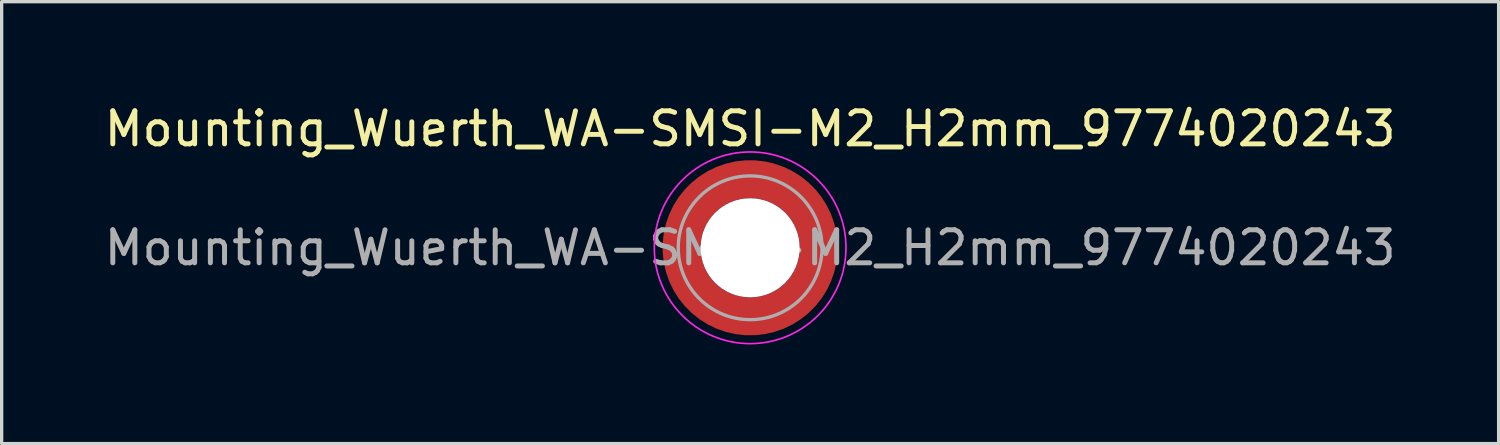
<source format=kicad_pcb>
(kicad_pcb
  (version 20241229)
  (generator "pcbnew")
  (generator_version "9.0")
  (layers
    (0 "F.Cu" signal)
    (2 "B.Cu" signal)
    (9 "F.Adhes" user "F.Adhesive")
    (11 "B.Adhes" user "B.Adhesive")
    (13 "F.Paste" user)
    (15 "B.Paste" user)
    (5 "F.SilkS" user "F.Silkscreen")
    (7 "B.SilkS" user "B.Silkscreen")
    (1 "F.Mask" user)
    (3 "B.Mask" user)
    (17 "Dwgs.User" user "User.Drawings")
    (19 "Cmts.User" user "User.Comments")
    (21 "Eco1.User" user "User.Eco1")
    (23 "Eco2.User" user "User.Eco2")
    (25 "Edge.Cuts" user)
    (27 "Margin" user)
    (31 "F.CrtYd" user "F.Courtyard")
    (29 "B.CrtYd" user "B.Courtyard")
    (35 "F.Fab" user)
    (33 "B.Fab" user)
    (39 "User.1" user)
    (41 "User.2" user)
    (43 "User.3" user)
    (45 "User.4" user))
  (footprint "Mounting_Wuerth_WA-SMSI-M2_H2mm_9774020243"
    (layer "F.Cu")
    (at 19.649 4.448)
    (property "Reference" "Mounting_Wuerth_WA-SMSI-M2_H2mm_9774020243" (at 0 -3.6 0) (layer "F.SilkS") (effects (font (size 1 1) (thickness 0.15))))
    (attr smd)
    (fp_circle (center 0 0) (end 2.9 0) (stroke (width 0.05) (type solid)) (fill no) (layer "F.CrtYd"))
    (fp_circle (center 0 0) (end 2.175 0) (stroke (width 0.1) (type solid)) (fill no) (layer "F.Fab"))
    (fp_text user "${REFERENCE}" (at 0 0 0) (layer "F.Fab") (effects (font (size 1 1) (thickness 0.15))))
    (pad "" smd custom (at -1.453 -1.453) (size 0.61 0.61) (layers "F.Paste") (options (anchor circle)) (primitives (gr_arc (start -0.147677 1.053104) (mid 0.284947 0.28781) (end 1.049177 -0.14669) (width 0.2)) (gr_arc (start -0.240295 1.053104) (mid 0.22253 0.222946) (end 1.052531 -0.24016) (width 0.2)) (gr_arc (start -0.332645 1.053104) (mid 0.157421 0.160779) (end 1.048471 -0.331601) (width 0.2)) (gr_arc (start -0.424767 1.053104) (mid 0.093677 0.097244) (end 1.048172 -0.42371) (width 0.2)) (gr_arc (start -0.516693 1.053104) (mid 0.031293 0.032346) (end 1.051645 -0.516396) (width 0.2)) (gr_arc (start -0.608448 1.053104) (mid -0.032323 -0.031316) (end 1.051706 -0.608175) (width 0.2)) (gr_arc (start -0.700056 1.053104) (mid -0.097509 -0.093407) (end 1.047401 -0.698989) (width 0.2)) (gr_arc (start -0.791534 1.053104) (mid -0.160389 -0.157809) (end 1.049512 -0.79089) (width 0.2)) (gr_arc (start -0.882896 1.053104) (mid -0.223714 -0.221763) (end 1.050385 -0.882429) (width 0.2)) (gr_arc (start -0.974157 1.053104) (mid -0.28917 -0.283581) (end 1.045307 -0.972858) (width 0.2)) (gr_line (start 1.053 -0.148) (end 1.053 -0.974) (width 0.2)) (gr_line (start -0.148 1.053) (end -0.974 1.053) (width 0.2))))
    (pad "" smd custom (at -1.453 1.453) (size 0.61 0.61) (layers "F.Paste") (options (anchor circle)) (primitives (gr_arc (start 1.053104 0.147677) (mid 0.28781 -0.284947) (end -0.14669 -1.049177) (width 0.2)) (gr_arc (start 1.053104 0.240295) (mid 0.222946 -0.22253) (end -0.24016 -1.052531) (width 0.2)) (gr_arc (start 1.053104 0.332645) (mid 0.160779 -0.157421) (end -0.331601 -1.048471) (width 0.2)) (gr_arc (start 1.053104 0.424767) (mid 0.097244 -0.093677) (end -0.42371 -1.048172) (width 0.2)) (gr_arc (start 1.053104 0.516693) (mid 0.032346 -0.031293) (end -0.516396 -1.051645) (width 0.2)) (gr_arc (start 1.053104 0.608448) (mid -0.031316 0.032323) (end -0.608175 -1.051706) (width 0.2)) (gr_arc (start 1.053104 0.700056) (mid -0.093407 0.097509) (end -0.698989 -1.047401) (width 0.2)) (gr_arc (start 1.053104 0.791534) (mid -0.157809 0.160389) (end -0.79089 -1.049512) (width 0.2)) (gr_arc (start 1.053104 0.882896) (mid -0.221762 0.223716) (end -0.882428 -1.050381) (width 0.2)) (gr_arc (start 1.053104 0.974157) (mid -0.283581 0.28917) (end -0.972858 -1.045307) (width 0.2)) (gr_line (start -0.148 -1.053) (end -0.974 -1.053) (width 0.2)) (gr_line (start 1.053 0.148) (end 1.053 0.974) (width 0.2))))
    (pad "" np_thru_hole circle (at 0 0) (size 3 3) (drill 3) (layers "*.Cu" "*.Mask"))
    (pad "" smd custom (at 1.453 -1.453) (size 0.61 0.61) (layers "F.Paste") (options (anchor circle)) (primitives (gr_arc (start -1.053104 -0.147677) (mid -0.28781 0.284947) (end 0.14669 1.049177) (width 0.2)) (gr_arc (start -1.053104 -0.240295) (mid -0.222946 0.22253) (end 0.24016 1.052531) (width 0.2)) (gr_arc (start -1.053104 -0.332645) (mid -0.160779 0.157421) (end 0.331601 1.048471) (width 0.2)) (gr_arc (start -1.053104 -0.424767) (mid -0.097244 0.093677) (end 0.42371 1.048172) (width 0.2)) (gr_arc (start -1.053104 -0.516693) (mid -0.032346 0.031293) (end 0.516396 1.051645) (width 0.2)) (gr_arc (start -1.053104 -0.608448) (mid 0.031316 -0.032323) (end 0.608175 1.051706) (width 0.2)) (gr_arc (start -1.053104 -0.700056) (mid 0.093407 -0.097509) (end 0.698989 1.047401) (width 0.2)) (gr_arc (start -1.053104 -0.791534) (mid 0.157809 -0.160389) (end 0.79089 1.049512) (width 0.2)) (gr_arc (start -1.053104 -0.882896) (mid 0.221763 -0.223714) (end 0.882429 1.050385) (width 0.2)) (gr_arc (start -1.053104 -0.974157) (mid 0.283581 -0.28917) (end 0.972858 1.045307) (width 0.2)) (gr_line (start 0.148 1.053) (end 0.974 1.053) (width 0.2)) (gr_line (start -1.053 -0.148) (end -1.053 -0.974) (width 0.2))))
    (pad "" smd custom (at 1.453 1.453) (size 0.61 0.61) (layers "F.Paste") (options (anchor circle)) (primitives (gr_arc (start 0.147677 -1.053104) (mid -0.284947 -0.28781) (end -1.049177 0.14669) (width 0.2)) (gr_arc (start 0.240295 -1.053104) (mid -0.22253 -0.222946) (end -1.052531 0.24016) (width 0.2)) (gr_arc (start 0.332645 -1.053104) (mid -0.157421 -0.160779) (end -1.048471 0.331601) (width 0.2)) (gr_arc (start 0.424767 -1.053104) (mid -0.093677 -0.097244) (end -1.048172 0.42371) (width 0.2)) (gr_arc (start 0.516693 -1.053104) (mid -0.031293 -0.032346) (end -1.051645 0.516396) (width 0.2)) (gr_arc (start 0.608448 -1.053104) (mid 0.032323 0.031316) (end -1.051706 0.608175) (width 0.2)) (gr_arc (start 0.700056 -1.053104) (mid 0.097509 0.093407) (end -1.047401 0.698989) (width 0.2)) (gr_arc (start 0.791534 -1.053104) (mid 0.160389 0.157809) (end -1.049512 0.79089) (width 0.2)) (gr_arc (start 0.882896 -1.053104) (mid 0.223714 0.221763) (end -1.050385 0.882429) (width 0.2)) (gr_arc (start 0.974157 -1.053104) (mid 0.28917 0.283581) (end -1.045307 0.972858) (width 0.2)) (gr_line (start -1.053 0.148) (end -1.053 0.974) (width 0.2)) (gr_line (start 0.148 -1.053) (end 0.974 -1.053) (width 0.2))))
    (pad "1" smd circle (at -2.075 0) (size 0.75 0.75) (layers "F.Cu"))
    (pad "1" smd circle (at 0 -2.075) (size 0.75 0.75) (layers "F.Cu"))
    (pad "1" smd circle (at 0 2.075) (size 0.75 0.75) (layers "F.Cu"))
    (pad "1" smd custom (at 2.075 0) (size 0.75 0.75) (layers "F.Cu" "F.Mask") (options (anchor circle)) (primitives (gr_circle (center -2.075 0) (end 0 0) (width 1.15) (fill no)))))
  (gr_rect
    (start -3 -3)
    (end 42.298 10.373)
    (stroke (width 0.1) (type default))
    (fill no)
    (layer "Edge.Cuts")))
</source>
